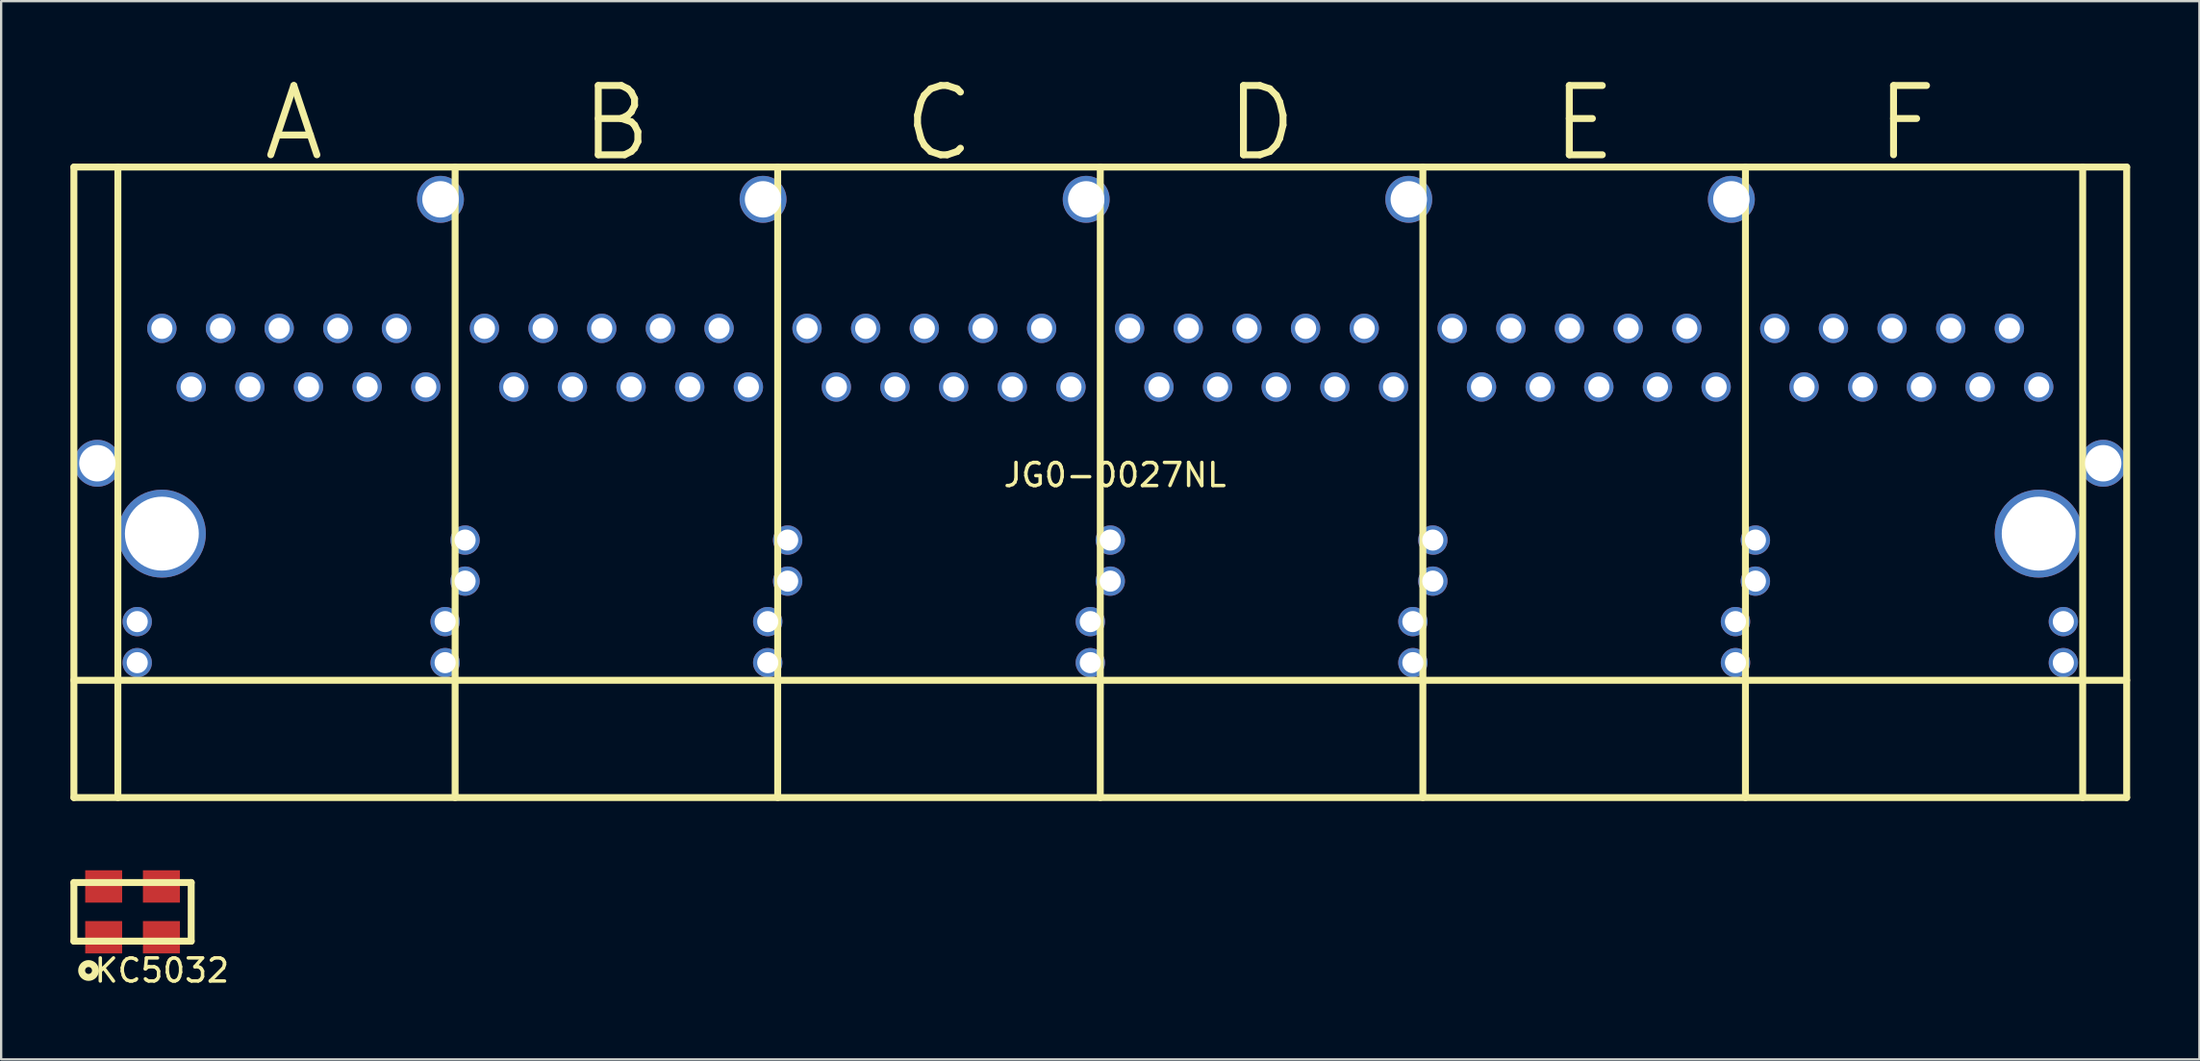
<source format=kicad_pcb>
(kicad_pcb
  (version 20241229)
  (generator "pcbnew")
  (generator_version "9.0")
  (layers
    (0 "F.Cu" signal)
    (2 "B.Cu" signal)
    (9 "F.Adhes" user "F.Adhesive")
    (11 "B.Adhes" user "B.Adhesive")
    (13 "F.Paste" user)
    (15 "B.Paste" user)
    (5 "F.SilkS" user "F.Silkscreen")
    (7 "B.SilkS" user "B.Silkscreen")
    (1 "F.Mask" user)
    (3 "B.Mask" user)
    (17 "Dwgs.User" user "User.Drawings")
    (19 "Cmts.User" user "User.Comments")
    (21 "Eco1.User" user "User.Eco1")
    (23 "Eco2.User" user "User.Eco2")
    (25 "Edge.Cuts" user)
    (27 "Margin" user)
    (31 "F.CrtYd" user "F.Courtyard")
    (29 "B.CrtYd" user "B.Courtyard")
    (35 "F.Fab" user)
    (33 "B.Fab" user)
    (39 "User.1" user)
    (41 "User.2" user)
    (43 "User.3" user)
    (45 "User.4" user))
  (footprint "JG0-0027NL"
    (layer "F.Cu")
    (at 44.6 20.061)
    (property "Reference" "JG0-0027NL" (at 0.635 -2.54 0) (layer "F.SilkS") (effects (font (size 1 1) (thickness 0.15))))
    (attr through_hole)
    (fp_line (start -44.45 -15.875) (end 44.45 -15.875) (stroke (width 0.3) (type solid)) (layer "F.SilkS"))
    (fp_line (start -44.45 6.35) (end 44.45 6.35) (stroke (width 0.3) (type solid)) (layer "F.SilkS"))
    (fp_line (start -44.45 11.43) (end -44.45 -15.875) (stroke (width 0.3) (type solid)) (layer "F.SilkS"))
    (fp_line (start -42.545 11.43) (end -42.545 -15.875) (stroke (width 0.3) (type solid)) (layer "F.SilkS"))
    (fp_line (start -27.94 11.43) (end -27.94 -15.875) (stroke (width 0.3) (type solid)) (layer "F.SilkS"))
    (fp_line (start -13.97 -15.875) (end -13.97 11.43) (stroke (width 0.3) (type solid)) (layer "F.SilkS"))
    (fp_line (start 0 11.43) (end 0 -15.875) (stroke (width 0.3) (type solid)) (layer "F.SilkS"))
    (fp_line (start 13.97 11.43) (end 13.97 -15.875) (stroke (width 0.3) (type solid)) (layer "F.SilkS"))
    (fp_line (start 27.94 11.43) (end 27.94 -15.875) (stroke (width 0.3) (type solid)) (layer "F.SilkS"))
    (fp_line (start 42.545 11.43) (end 42.545 -15.875) (stroke (width 0.3) (type solid)) (layer "F.SilkS"))
    (fp_line (start 44.45 -15.875) (end 44.45 11.43) (stroke (width 0.3) (type solid)) (layer "F.SilkS"))
    (fp_line (start 44.45 11.43) (end -44.45 11.43) (stroke (width 0.3) (type solid)) (layer "F.SilkS"))
    (fp_text user "B" (at -20.955 -17.78 0) (layer "F.SilkS") (effects (font (size 3 3) (thickness 0.3))))
    (fp_text user "C" (at -6.985 -17.78 0) (layer "F.SilkS") (effects (font (size 3 3) (thickness 0.3))))
    (fp_text user "E" (at 20.955 -17.78 0) (layer "F.SilkS") (effects (font (size 3 3) (thickness 0.3))))
    (fp_text user "D" (at 6.985 -17.78 0) (layer "F.SilkS") (effects (font (size 3 3) (thickness 0.3))))
    (fp_text user "A" (at -34.925 -17.78 0) (layer "F.SilkS") (effects (font (size 3 3) (thickness 0.3))))
    (fp_text user "F" (at 34.925 -17.78 0) (layer "F.SilkS") (effects (font (size 3 3) (thickness 0.3))))
    (pad "" thru_hole circle (at -43.434 -3.048) (size 2.032 2.032) (drill 1.575) (layers "*.Cu" "*.Mask"))
    (pad "" thru_hole circle (at -40.64 0) (size 3.81 3.81) (drill 3.2) (layers "*.Cu" "*.Mask"))
    (pad "" thru_hole circle (at -28.575 -14.478) (size 2.032 2.032) (drill 1.575) (layers "*.Cu" "*.Mask"))
    (pad "" thru_hole circle (at -14.605 -14.478) (size 2.032 2.032) (drill 1.575) (layers "*.Cu" "*.Mask"))
    (pad "" thru_hole circle (at -0.61 -14.478) (size 2.032 2.032) (drill 1.575) (layers "*.Cu" "*.Mask"))
    (pad "" thru_hole circle (at 13.36 -14.478) (size 2.032 2.032) (drill 1.575) (layers "*.Cu" "*.Mask"))
    (pad "" thru_hole circle (at 27.33 -14.478) (size 2.032 2.032) (drill 1.575) (layers "*.Cu" "*.Mask"))
    (pad "" thru_hole circle (at 40.64 0) (size 3.81 3.81) (drill 3.2) (layers "*.Cu" "*.Mask"))
    (pad "" thru_hole circle (at 43.434 -3.048) (size 2.032 2.032) (drill 1.575) (layers "*.Cu" "*.Mask"))
    (pad "1A" thru_hole circle (at -29.21 -6.35) (size 1.27 1.27) (drill 0.914) (layers "*.Cu" "*.Mask"))
    (pad "1B" thru_hole circle (at -15.24 -6.35) (size 1.27 1.27) (drill 0.914) (layers "*.Cu" "*.Mask"))
    (pad "1C" thru_hole circle (at -1.27 -6.35) (size 1.27 1.27) (drill 0.914) (layers "*.Cu" "*.Mask"))
    (pad "1D" thru_hole circle (at 12.7 -6.35) (size 1.27 1.27) (drill 0.914) (layers "*.Cu" "*.Mask"))
    (pad "1E" thru_hole circle (at 26.67 -6.35) (size 1.27 1.27) (drill 0.914) (layers "*.Cu" "*.Mask"))
    (pad "1F" thru_hole circle (at 40.64 -6.35) (size 1.27 1.27) (drill 0.914) (layers "*.Cu" "*.Mask"))
    (pad "2A" thru_hole circle (at -30.48 -8.89) (size 1.27 1.27) (drill 0.914) (layers "*.Cu" "*.Mask"))
    (pad "2B" thru_hole circle (at -16.51 -8.89) (size 1.27 1.27) (drill 0.914) (layers "*.Cu" "*.Mask"))
    (pad "2C" thru_hole circle (at -2.54 -8.89) (size 1.27 1.27) (drill 0.914) (layers "*.Cu" "*.Mask"))
    (pad "2D" thru_hole circle (at 11.43 -8.89) (size 1.27 1.27) (drill 0.914) (layers "*.Cu" "*.Mask"))
    (pad "2E" thru_hole circle (at 25.4 -8.89) (size 1.27 1.27) (drill 0.914) (layers "*.Cu" "*.Mask"))
    (pad "2F" thru_hole circle (at 39.37 -8.89) (size 1.27 1.27) (drill 0.914) (layers "*.Cu" "*.Mask"))
    (pad "3A" thru_hole circle (at -31.75 -6.35) (size 1.27 1.27) (drill 0.914) (layers "*.Cu" "*.Mask"))
    (pad "3B" thru_hole circle (at -17.78 -6.35) (size 1.27 1.27) (drill 0.914) (layers "*.Cu" "*.Mask"))
    (pad "3C" thru_hole circle (at -3.81 -6.35) (size 1.27 1.27) (drill 0.914) (layers "*.Cu" "*.Mask"))
    (pad "3D" thru_hole circle (at 10.16 -6.35) (size 1.27 1.27) (drill 0.914) (layers "*.Cu" "*.Mask"))
    (pad "3E" thru_hole circle (at 24.13 -6.35) (size 1.27 1.27) (drill 0.914) (layers "*.Cu" "*.Mask"))
    (pad "3F" thru_hole circle (at 38.1 -6.35) (size 1.27 1.27) (drill 0.914) (layers "*.Cu" "*.Mask"))
    (pad "4A" thru_hole circle (at -33.02 -8.89) (size 1.27 1.27) (drill 0.914) (layers "*.Cu" "*.Mask"))
    (pad "4B" thru_hole circle (at -19.05 -8.89) (size 1.27 1.27) (drill 0.914) (layers "*.Cu" "*.Mask"))
    (pad "4C" thru_hole circle (at -5.08 -8.89) (size 1.27 1.27) (drill 0.914) (layers "*.Cu" "*.Mask"))
    (pad "4D" thru_hole circle (at 8.89 -8.89) (size 1.27 1.27) (drill 0.914) (layers "*.Cu" "*.Mask"))
    (pad "4E" thru_hole circle (at 22.86 -8.89) (size 1.27 1.27) (drill 0.914) (layers "*.Cu" "*.Mask"))
    (pad "4F" thru_hole circle (at 36.83 -8.89) (size 1.27 1.27) (drill 0.914) (layers "*.Cu" "*.Mask"))
    (pad "5A" thru_hole circle (at -34.29 -6.35) (size 1.27 1.27) (drill 0.914) (layers "*.Cu" "*.Mask"))
    (pad "5B" thru_hole circle (at -20.32 -6.35) (size 1.27 1.27) (drill 0.914) (layers "*.Cu" "*.Mask"))
    (pad "5C" thru_hole circle (at -6.35 -6.35) (size 1.27 1.27) (drill 0.914) (layers "*.Cu" "*.Mask"))
    (pad "5D" thru_hole circle (at 7.62 -6.35) (size 1.27 1.27) (drill 0.914) (layers "*.Cu" "*.Mask"))
    (pad "5E" thru_hole circle (at 21.59 -6.35) (size 1.27 1.27) (drill 0.914) (layers "*.Cu" "*.Mask"))
    (pad "5F" thru_hole circle (at 35.56 -6.35) (size 1.27 1.27) (drill 0.914) (layers "*.Cu" "*.Mask"))
    (pad "6A" thru_hole circle (at -35.56 -8.89) (size 1.27 1.27) (drill 0.914) (layers "*.Cu" "*.Mask"))
    (pad "6B" thru_hole circle (at -21.59 -8.89) (size 1.27 1.27) (drill 0.914) (layers "*.Cu" "*.Mask"))
    (pad "6C" thru_hole circle (at -7.62 -8.89) (size 1.27 1.27) (drill 0.914) (layers "*.Cu" "*.Mask"))
    (pad "6D" thru_hole circle (at 6.35 -8.89) (size 1.27 1.27) (drill 0.914) (layers "*.Cu" "*.Mask"))
    (pad "6E" thru_hole circle (at 20.32 -8.89) (size 1.27 1.27) (drill 0.914) (layers "*.Cu" "*.Mask"))
    (pad "6F" thru_hole circle (at 34.29 -8.89) (size 1.27 1.27) (drill 0.914) (layers "*.Cu" "*.Mask"))
    (pad "7A" thru_hole circle (at -36.83 -6.35) (size 1.27 1.27) (drill 0.914) (layers "*.Cu" "*.Mask"))
    (pad "7B" thru_hole circle (at -22.86 -6.35) (size 1.27 1.27) (drill 0.914) (layers "*.Cu" "*.Mask"))
    (pad "7C" thru_hole circle (at -8.89 -6.35) (size 1.27 1.27) (drill 0.914) (layers "*.Cu" "*.Mask"))
    (pad "7D" thru_hole circle (at 5.08 -6.35) (size 1.27 1.27) (drill 0.914) (layers "*.Cu" "*.Mask"))
    (pad "7E" thru_hole circle (at 19.05 -6.35) (size 1.27 1.27) (drill 0.914) (layers "*.Cu" "*.Mask"))
    (pad "7F" thru_hole circle (at 33.02 -6.35) (size 1.27 1.27) (drill 0.914) (layers "*.Cu" "*.Mask"))
    (pad "8A" thru_hole circle (at -38.1 -8.89) (size 1.27 1.27) (drill 0.914) (layers "*.Cu" "*.Mask"))
    (pad "8B" thru_hole circle (at -24.13 -8.89) (size 1.27 1.27) (drill 0.914) (layers "*.Cu" "*.Mask"))
    (pad "8C" thru_hole circle (at -10.16 -8.89) (size 1.27 1.27) (drill 0.914) (layers "*.Cu" "*.Mask"))
    (pad "8D" thru_hole circle (at 3.81 -8.89) (size 1.27 1.27) (drill 0.914) (layers "*.Cu" "*.Mask"))
    (pad "8E" thru_hole circle (at 17.78 -8.89) (size 1.27 1.27) (drill 0.914) (layers "*.Cu" "*.Mask"))
    (pad "8F" thru_hole circle (at 31.75 -8.89) (size 1.27 1.27) (drill 0.914) (layers "*.Cu" "*.Mask"))
    (pad "9A" thru_hole circle (at -39.37 -6.35) (size 1.27 1.27) (drill 0.914) (layers "*.Cu" "*.Mask"))
    (pad "9B" thru_hole circle (at -25.4 -6.35) (size 1.27 1.27) (drill 0.914) (layers "*.Cu" "*.Mask"))
    (pad "9C" thru_hole circle (at -11.43 -6.35) (size 1.27 1.27) (drill 0.914) (layers "*.Cu" "*.Mask"))
    (pad "9D" thru_hole circle (at 2.54 -6.35) (size 1.27 1.27) (drill 0.914) (layers "*.Cu" "*.Mask"))
    (pad "9E" thru_hole circle (at 16.51 -6.35) (size 1.27 1.27) (drill 0.914) (layers "*.Cu" "*.Mask"))
    (pad "9F" thru_hole circle (at 30.48 -6.35) (size 1.27 1.27) (drill 0.914) (layers "*.Cu" "*.Mask"))
    (pad "10A" thru_hole circle (at -40.64 -8.89) (size 1.27 1.27) (drill 0.914) (layers "*.Cu" "*.Mask"))
    (pad "10B" thru_hole circle (at -26.67 -8.89) (size 1.27 1.27) (drill 0.914) (layers "*.Cu" "*.Mask"))
    (pad "10C" thru_hole circle (at -12.7 -8.89) (size 1.27 1.27) (drill 0.914) (layers "*.Cu" "*.Mask"))
    (pad "10D" thru_hole circle (at 1.27 -8.89) (size 1.27 1.27) (drill 0.914) (layers "*.Cu" "*.Mask"))
    (pad "10E" thru_hole circle (at 15.24 -8.89) (size 1.27 1.27) (drill 0.914) (layers "*.Cu" "*.Mask"))
    (pad "10F" thru_hole circle (at 29.21 -8.89) (size 1.27 1.27) (drill 0.914) (layers "*.Cu" "*.Mask"))
    (pad "11A" thru_hole circle (at -41.707 3.81) (size 1.27 1.27) (drill 0.914) (layers "*.Cu" "*.Mask"))
    (pad "11B" thru_hole circle (at -27.508 0.279) (size 1.27 1.27) (drill 0.914) (layers "*.Cu" "*.Mask"))
    (pad "11C" thru_hole circle (at -13.538 0.279) (size 1.27 1.27) (drill 0.914) (layers "*.Cu" "*.Mask"))
    (pad "11D" thru_hole circle (at 0.432 0.279) (size 1.27 1.27) (drill 0.914) (layers "*.Cu" "*.Mask"))
    (pad "11E" thru_hole circle (at 14.402 0.279) (size 1.27 1.27) (drill 0.914) (layers "*.Cu" "*.Mask"))
    (pad "11F" thru_hole circle (at 28.372 0.279) (size 1.27 1.27) (drill 0.914) (layers "*.Cu" "*.Mask"))
    (pad "12A" thru_hole circle (at -41.707 5.588) (size 1.27 1.27) (drill 0.914) (layers "*.Cu" "*.Mask"))
    (pad "12B" thru_hole circle (at -27.508 2.057) (size 1.27 1.27) (drill 0.914) (layers "*.Cu" "*.Mask"))
    (pad "12C" thru_hole circle (at -13.538 2.057) (size 1.27 1.27) (drill 0.914) (layers "*.Cu" "*.Mask"))
    (pad "12D" thru_hole circle (at 0.432 2.057) (size 1.27 1.27) (drill 0.914) (layers "*.Cu" "*.Mask"))
    (pad "12E" thru_hole circle (at 14.402 2.057) (size 1.27 1.27) (drill 0.914) (layers "*.Cu" "*.Mask"))
    (pad "12F" thru_hole circle (at 28.372 2.057) (size 1.27 1.27) (drill 0.914) (layers "*.Cu" "*.Mask"))
    (pad "13A" thru_hole circle (at -28.372 3.81) (size 1.27 1.27) (drill 0.914) (layers "*.Cu" "*.Mask"))
    (pad "13B" thru_hole circle (at -14.402 3.81) (size 1.27 1.27) (drill 0.914) (layers "*.Cu" "*.Mask"))
    (pad "13C" thru_hole circle (at -0.432 3.81) (size 1.27 1.27) (drill 0.914) (layers "*.Cu" "*.Mask"))
    (pad "13D" thru_hole circle (at 13.538 3.81) (size 1.27 1.27) (drill 0.914) (layers "*.Cu" "*.Mask"))
    (pad "13E" thru_hole circle (at 27.508 3.81) (size 1.27 1.27) (drill 0.914) (layers "*.Cu" "*.Mask"))
    (pad "13F" thru_hole circle (at 41.707 3.81) (size 1.27 1.27) (drill 0.914) (layers "*.Cu" "*.Mask"))
    (pad "14A" thru_hole circle (at -28.372 5.588) (size 1.27 1.27) (drill 0.914) (layers "*.Cu" "*.Mask"))
    (pad "14B" thru_hole circle (at -14.402 5.588) (size 1.27 1.27) (drill 0.914) (layers "*.Cu" "*.Mask"))
    (pad "14C" thru_hole circle (at -0.432 5.588) (size 1.27 1.27) (drill 0.914) (layers "*.Cu" "*.Mask"))
    (pad "14D" thru_hole circle (at 13.538 5.588) (size 1.27 1.27) (drill 0.914) (layers "*.Cu" "*.Mask"))
    (pad "14E" thru_hole circle (at 27.508 5.588) (size 1.27 1.27) (drill 0.914) (layers "*.Cu" "*.Mask"))
    (pad "14F" thru_hole circle (at 41.707 5.588) (size 1.27 1.27) (drill 0.914) (layers "*.Cu" "*.Mask")))
  (footprint "KC5032"
    (layer "F.Cu")
    (at 2.69 36.441)
    (property "Reference" "KC5032" (at 1.27 2.54 0) (layer "F.SilkS") (effects (font (size 1 1) (thickness 0.15))))
    (attr through_hole)
    (fp_line (start -2.54 -1.27) (end 2.54 -1.27) (stroke (width 0.3) (type solid)) (layer "F.SilkS"))
    (fp_line (start -2.54 1.27) (end -2.54 -1.27) (stroke (width 0.3) (type solid)) (layer "F.SilkS"))
    (fp_line (start 2.54 -1.27) (end 2.54 1.27) (stroke (width 0.3) (type solid)) (layer "F.SilkS"))
    (fp_line (start 2.54 1.27) (end -2.54 1.27) (stroke (width 0.3) (type solid)) (layer "F.SilkS"))
    (fp_circle (center -1.905 2.54) (end -1.905 2.84) (stroke (width 0.3) (type solid)) (fill no) (layer "F.SilkS"))
    (pad "1" smd rect (at -1.25 1.1) (size 1.6 1.4) (layers "F.Cu" "F.Mask" "F.Paste"))
    (pad "2" smd rect (at 1.25 1.1) (size 1.6 1.4) (layers "F.Cu" "F.Mask" "F.Paste"))
    (pad "3" smd rect (at 1.25 -1.1) (size 1.6 1.4) (layers "F.Cu" "F.Mask" "F.Paste"))
    (pad "4" smd rect (at -1.25 -1.1) (size 1.6 1.4) (layers "F.Cu" "F.Mask" "F.Paste")))
  (gr_rect
    (start -3 -3)
    (end 92.2 42.83)
    (stroke (width 0.1) (type default))
    (fill no)
    (layer "Edge.Cuts")))
</source>
